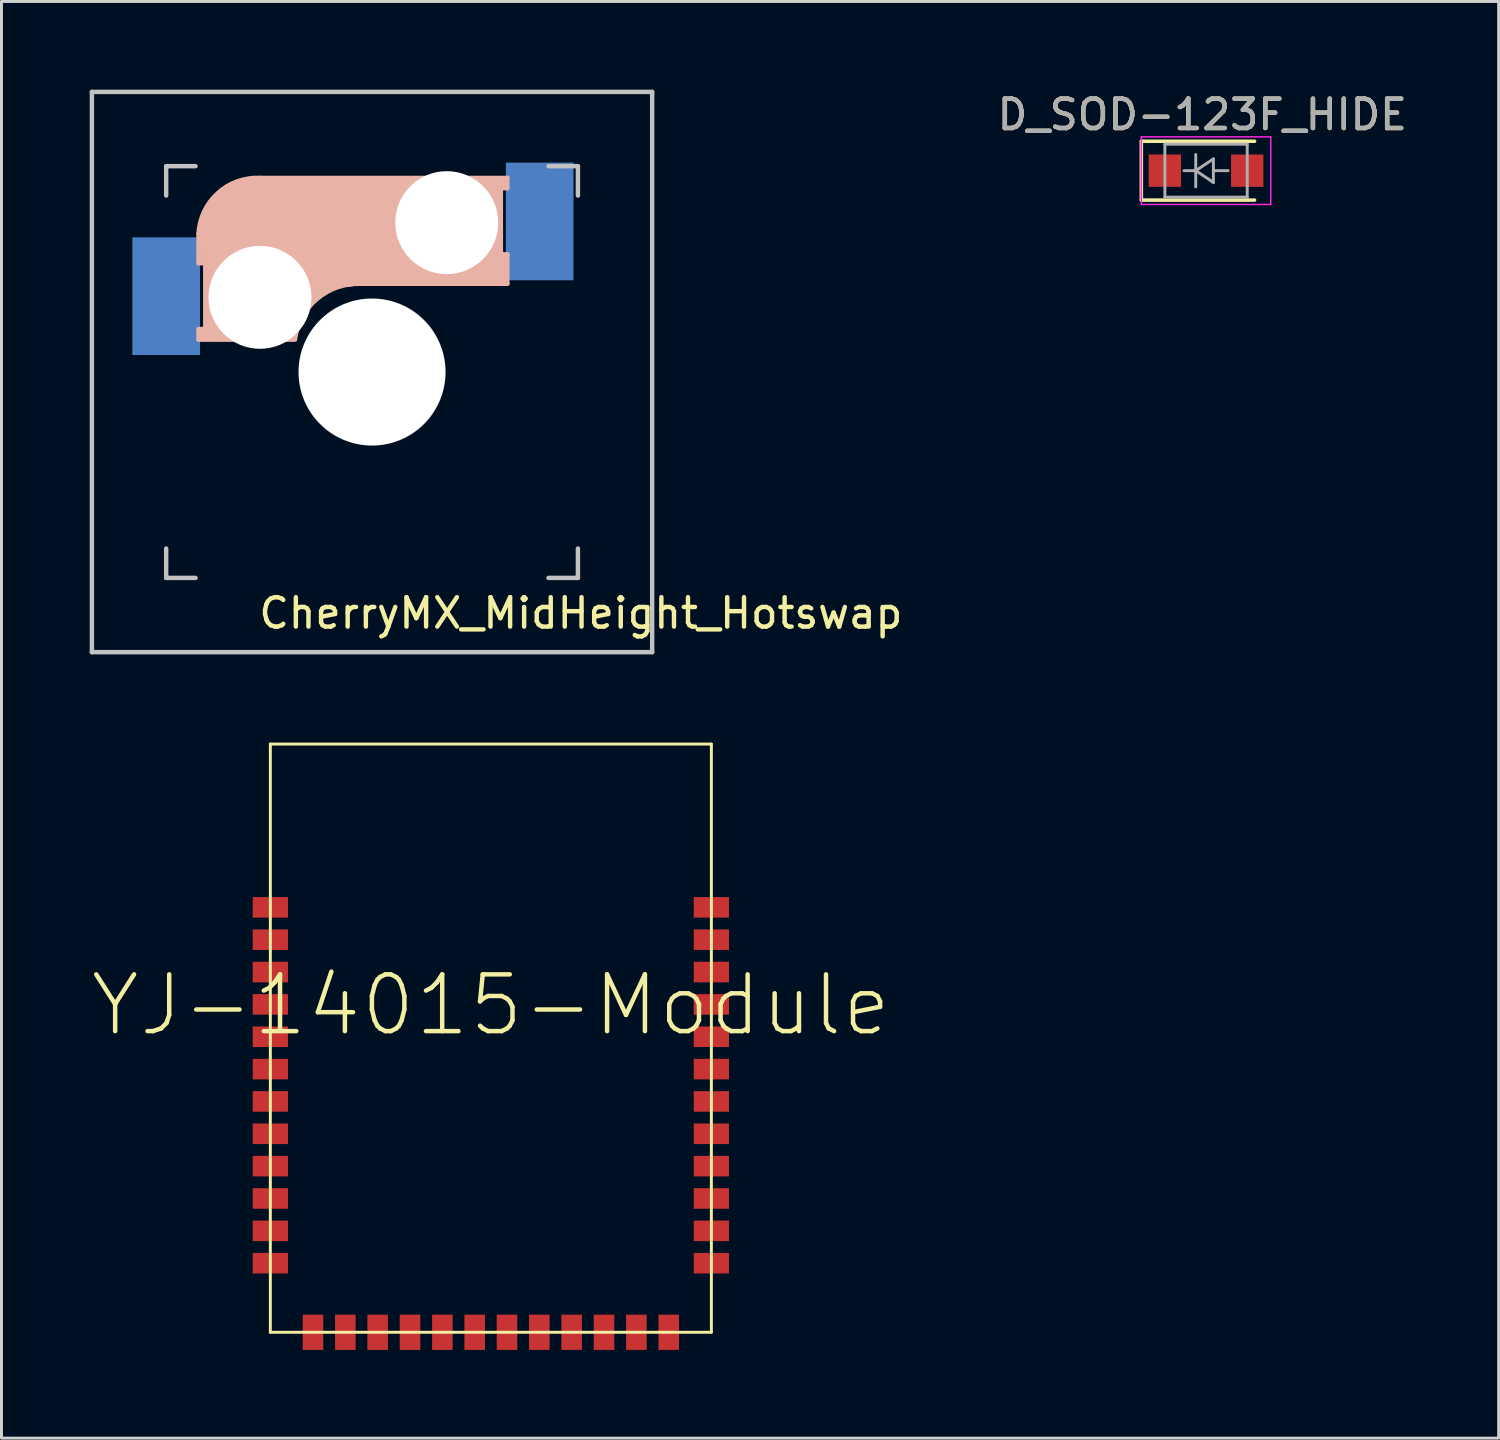
<source format=kicad_pcb>
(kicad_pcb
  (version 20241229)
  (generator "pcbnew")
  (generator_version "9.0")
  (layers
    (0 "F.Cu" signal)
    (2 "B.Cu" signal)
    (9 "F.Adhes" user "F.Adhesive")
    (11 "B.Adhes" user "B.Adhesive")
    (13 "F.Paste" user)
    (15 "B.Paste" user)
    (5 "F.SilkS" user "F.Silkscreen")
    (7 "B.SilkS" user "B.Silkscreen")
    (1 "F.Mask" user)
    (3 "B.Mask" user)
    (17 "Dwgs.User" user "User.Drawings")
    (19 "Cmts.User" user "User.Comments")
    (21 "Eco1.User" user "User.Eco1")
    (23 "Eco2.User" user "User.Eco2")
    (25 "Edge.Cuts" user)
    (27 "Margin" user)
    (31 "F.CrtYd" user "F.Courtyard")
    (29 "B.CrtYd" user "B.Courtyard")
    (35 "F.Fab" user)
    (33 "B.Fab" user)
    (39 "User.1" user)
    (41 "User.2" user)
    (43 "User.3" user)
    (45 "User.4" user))
  (footprint "CherryMX_MidHeight_Hotswap"
    (layer "F.Cu")
    (at 9.6 9.6)
    (property "Reference" "CherryMX_MidHeight_Hotswap" (at 7.1 8.2 0) (layer "F.SilkS") (effects (font (size 1 1) (thickness 0.15))))
    (attr through_hole)
    (fp_line (start -5.9 -4.7) (end -5.9 -3.7) (stroke (width 0.15) (type solid)) (layer "B.SilkS"))
    (fp_line (start -5.9 -3.7) (end -5.7 -3.7) (stroke (width 0.15) (type solid)) (layer "B.SilkS"))
    (fp_line (start -5.9 -1.1) (end -5.9 -1.46) (stroke (width 0.15) (type solid)) (layer "B.SilkS"))
    (fp_line (start -5.9 -1.1) (end -2.62 -1.1) (stroke (width 0.15) (type solid)) (layer "B.SilkS"))
    (fp_line (start -5.8 -3.8) (end -5.8 -4.7) (stroke (width 0.3) (type solid)) (layer "B.SilkS"))
    (fp_line (start -5.7 -1.46) (end -5.9 -1.46) (stroke (width 0.15) (type solid)) (layer "B.SilkS"))
    (fp_line (start -5.7 -1.3) (end -3 -1.3) (stroke (width 0.5) (type solid)) (layer "B.SilkS"))
    (fp_line (start -5.67 -3.7) (end -5.67 -1.46) (stroke (width 0.15) (type solid)) (layer "B.SilkS"))
    (fp_line (start -5.3 -1.6) (end -5.3 -3.4) (stroke (width 0.8) (type solid)) (layer "B.SilkS"))
    (fp_line (start -4.17 -5.1) (end -4.17 -2.86) (stroke (width 3) (type solid)) (layer "B.SilkS"))
    (fp_line (start -0.4 -3) (end 4.6 -3) (stroke (width 0.15) (type solid)) (layer "B.SilkS"))
    (fp_line (start 2.6 -4.8) (end -4.1 -4.8) (stroke (width 3.5) (type solid)) (layer "B.SilkS"))
    (fp_line (start 3.9 -6) (end 3.9 -3.5) (stroke (width 1) (type solid)) (layer "B.SilkS"))
    (fp_line (start 4.3 -3.3) (end 2.9 -3.3) (stroke (width 0.5) (type solid)) (layer "B.SilkS"))
    (fp_line (start 4.38 -4) (end 4.38 -6.25) (stroke (width 0.15) (type solid)) (layer "B.SilkS"))
    (fp_line (start 4.4 -6.4) (end 3 -6.4) (stroke (width 0.4) (type solid)) (layer "B.SilkS"))
    (fp_line (start 4.4 -6.25) (end 4.6 -6.25) (stroke (width 0.15) (type solid)) (layer "B.SilkS"))
    (fp_line (start 4.4 -3.9) (end 4.4 -3.2) (stroke (width 0.4) (type solid)) (layer "B.SilkS"))
    (fp_line (start 4.6 -6.6) (end -3.8 -6.6) (stroke (width 0.15) (type solid)) (layer "B.SilkS"))
    (fp_line (start 4.6 -6.25) (end 4.6 -6.6) (stroke (width 0.15) (type solid)) (layer "B.SilkS"))
    (fp_line (start 4.6 -4) (end 4.4 -4) (stroke (width 0.15) (type solid)) (layer "B.SilkS"))
    (fp_line (start 4.6 -3) (end 4.6 -4) (stroke (width 0.15) (type solid)) (layer "B.SilkS"))
    (fp_arc (start -5.9 -4.699999) (mid -5.243504 -6.084924) (end -3.800001 -6.6) (stroke (width 0.15) (type solid)) (layer "B.SilkS"))
    (fp_arc (start -3.016318 -1.521471) (mid -2.268709 -2.886118) (end -0.8 -3.4) (stroke (width 1) (type solid)) (layer "B.SilkS"))
    (fp_arc (start -2.616318 -1.121471) (mid -1.868709 -2.486118) (end -0.4 -3) (stroke (width 0.15) (type solid)) (layer "B.SilkS"))
    (fp_line (start -9.525 -9.525) (end 9.525 -9.525) (stroke (width 0.15) (type solid)) (layer "Dwgs.User"))
    (fp_line (start -9.525 9.525) (end -9.525 -9.525) (stroke (width 0.15) (type solid)) (layer "Dwgs.User"))
    (fp_line (start -7 -7) (end -6 -7) (stroke (width 0.15) (type solid)) (layer "Dwgs.User"))
    (fp_line (start -7 -6) (end -7 -7) (stroke (width 0.15) (type solid)) (layer "Dwgs.User"))
    (fp_line (start -7 6) (end -7 7) (stroke (width 0.15) (type solid)) (layer "Dwgs.User"))
    (fp_line (start -7 7) (end -6 7) (stroke (width 0.15) (type solid)) (layer "Dwgs.User"))
    (fp_line (start 6 7) (end 7 7) (stroke (width 0.15) (type solid)) (layer "Dwgs.User"))
    (fp_line (start 7 -7) (end 6 -7) (stroke (width 0.15) (type solid)) (layer "Dwgs.User"))
    (fp_line (start 7 -7) (end 7 -6) (stroke (width 0.15) (type solid)) (layer "Dwgs.User"))
    (fp_line (start 7 7) (end 7 6) (stroke (width 0.15) (type solid)) (layer "Dwgs.User"))
    (fp_line (start 9.525 -9.525) (end 9.525 9.525) (stroke (width 0.15) (type solid)) (layer "Dwgs.User"))
    (fp_line (start 9.525 9.525) (end -9.525 9.525) (stroke (width 0.15) (type solid)) (layer "Dwgs.User"))
    (pad "" np_thru_hole circle (at -3.81 -2.54 180) (size 3.5 3.5) (drill 3.5) (layers "*.Cu" "*.Mask"))
    (pad "" np_thru_hole circle (at 0 0 90) (size 5 5) (drill 5) (layers "*.Cu" "*.Mask"))
    (pad "" np_thru_hole circle (at 2.54 -5.08 180) (size 3.5 3.5) (drill 3.5) (layers "*.Cu" "*.Mask"))
    (pad "1" smd rect (at -7 -2.58 180) (size 2.3 4) (layers "B.Cu" "B.Mask" "B.Paste"))
    (pad "2" smd rect (at 5.7 -5.12 180) (size 2.3 4) (layers "B.Cu" "B.Mask" "B.Paste")))
  (footprint "D_SOD-123F_HIDE"
    (layer "F.Cu")
    (at 37.958 2.753)
    (property "Reference" "D_SOD-123F_HIDE" (at -0.127 -1.905 0) (layer "F.SilkS") (effects (font (size 1 1) (thickness 0.15))))
    (attr smd)
    (fp_line (start -2.2 -1) (end -2.2 1) (stroke (width 0.12) (type solid)) (layer "F.SilkS"))
    (fp_line (start -2.2 -1) (end 1.65 -1) (stroke (width 0.12) (type solid)) (layer "F.SilkS"))
    (fp_line (start -2.2 1) (end 1.65 1) (stroke (width 0.12) (type solid)) (layer "F.SilkS"))
    (fp_line (start -2.2 -1.15) (end -2.2 1.15) (stroke (width 0.05) (type solid)) (layer "F.CrtYd"))
    (fp_line (start -2.2 -1.15) (end 2.2 -1.15) (stroke (width 0.05) (type solid)) (layer "F.CrtYd"))
    (fp_line (start 2.2 -1.15) (end 2.2 1.15) (stroke (width 0.05) (type solid)) (layer "F.CrtYd"))
    (fp_line (start 2.2 1.15) (end -2.2 1.15) (stroke (width 0.05) (type solid)) (layer "F.CrtYd"))
    (fp_line (start -1.4 -0.9) (end 1.4 -0.9) (stroke (width 0.1) (type solid)) (layer "F.Fab"))
    (fp_line (start -1.4 0.9) (end -1.4 -0.9) (stroke (width 0.1) (type solid)) (layer "F.Fab"))
    (fp_line (start -0.75 0) (end -0.35 0) (stroke (width 0.1) (type solid)) (layer "F.Fab"))
    (fp_line (start -0.35 0) (end -0.35 -0.55) (stroke (width 0.1) (type solid)) (layer "F.Fab"))
    (fp_line (start -0.35 0) (end -0.35 0.55) (stroke (width 0.1) (type solid)) (layer "F.Fab"))
    (fp_line (start -0.35 0) (end 0.25 -0.4) (stroke (width 0.1) (type solid)) (layer "F.Fab"))
    (fp_line (start 0.25 -0.4) (end 0.25 0.4) (stroke (width 0.1) (type solid)) (layer "F.Fab"))
    (fp_line (start 0.25 0) (end 0.75 0) (stroke (width 0.1) (type solid)) (layer "F.Fab"))
    (fp_line (start 0.25 0.4) (end -0.35 0) (stroke (width 0.1) (type solid)) (layer "F.Fab"))
    (fp_line (start 1.4 -0.9) (end 1.4 0.9) (stroke (width 0.1) (type solid)) (layer "F.Fab"))
    (fp_line (start 1.4 0.9) (end -1.4 0.9) (stroke (width 0.1) (type solid)) (layer "F.Fab"))
    (fp_text user "${REFERENCE}" (at -0.127 -1.905 0) (layer "F.Fab") (effects (font (size 1 1) (thickness 0.15))))
    (pad "1" smd rect (at -1.4 0) (size 1.1 1.1) (layers "F.Cu" "F.Mask" "F.Paste"))
    (pad "2" smd rect (at 1.4 0) (size 1.1 1.1) (layers "F.Cu" "F.Mask" "F.Paste")))
  (footprint "YJ-14015-Module"
    (layer "F.Cu")
    (at 13.64 42.25)
    (property "Reference" "YJ-14015-Module" (at 0 -11.125 0) (layer "F.SilkS") (effects (font (size 1.93 1.93) (thickness 0.152))))
    (attr smd)
    (fp_line (start -7.498 -20) (end -7.498 0) (stroke (width 0.1) (type solid)) (layer "F.SilkS"))
    (fp_line (start -7.498 0) (end 7.498 0) (stroke (width 0.1) (type solid)) (layer "F.SilkS"))
    (fp_line (start 7.498 -20) (end -7.498 -20) (stroke (width 0.1) (type solid)) (layer "F.SilkS"))
    (fp_line (start 7.498 0) (end 7.498 -20) (stroke (width 0.1) (type solid)) (layer "F.SilkS"))
    (pad "1" smd rect (at -7.498 -14.448 90) (size 0.699 1.199) (layers "F.Cu" "F.Mask" "F.Paste"))
    (pad "2" smd rect (at -7.498 -13.348 90) (size 0.699 1.199) (layers "F.Cu" "F.Mask" "F.Paste"))
    (pad "3" smd rect (at -7.498 -12.248 90) (size 0.699 1.199) (layers "F.Cu" "F.Mask" "F.Paste"))
    (pad "4" smd rect (at -7.498 -11.148 90) (size 0.699 1.199) (layers "F.Cu" "F.Mask" "F.Paste"))
    (pad "5" smd rect (at -7.498 -10.048 90) (size 0.699 1.199) (layers "F.Cu" "F.Mask" "F.Paste"))
    (pad "6" smd rect (at -7.498 -8.948 90) (size 0.699 1.199) (layers "F.Cu" "F.Mask" "F.Paste"))
    (pad "7" smd rect (at -7.498 -7.849 90) (size 0.699 1.199) (layers "F.Cu" "F.Mask" "F.Paste"))
    (pad "8" smd rect (at -7.498 -6.749 90) (size 0.699 1.199) (layers "F.Cu" "F.Mask" "F.Paste"))
    (pad "9" smd rect (at -7.498 -5.649 90) (size 0.699 1.199) (layers "F.Cu" "F.Mask" "F.Paste"))
    (pad "10" smd rect (at -7.498 -4.549 90) (size 0.699 1.199) (layers "F.Cu" "F.Mask" "F.Paste"))
    (pad "11" smd rect (at -7.498 -3.449 90) (size 0.699 1.199) (layers "F.Cu" "F.Mask" "F.Paste"))
    (pad "12" smd rect (at -7.498 -2.349 90) (size 0.699 1.199) (layers "F.Cu" "F.Mask" "F.Paste"))
    (pad "13" smd rect (at -6.048 0 90) (size 1.199 0.699) (layers "F.Cu" "F.Mask" "F.Paste"))
    (pad "14" smd rect (at -4.948 0 90) (size 1.199 0.699) (layers "F.Cu" "F.Mask" "F.Paste"))
    (pad "15" smd rect (at -3.848 0 90) (size 1.199 0.699) (layers "F.Cu" "F.Mask" "F.Paste"))
    (pad "16" smd rect (at -2.748 0 90) (size 1.199 0.699) (layers "F.Cu" "F.Mask" "F.Paste"))
    (pad "17" smd rect (at -1.648 0 90) (size 1.199 0.699) (layers "F.Cu" "F.Mask" "F.Paste"))
    (pad "18" smd rect (at -0.549 0 90) (size 1.199 0.699) (layers "F.Cu" "F.Mask" "F.Paste"))
    (pad "19" smd rect (at 0.549 0 90) (size 1.199 0.699) (layers "F.Cu" "F.Mask" "F.Paste"))
    (pad "20" smd rect (at 1.648 0 90) (size 1.199 0.699) (layers "F.Cu" "F.Mask" "F.Paste"))
    (pad "21" smd rect (at 2.748 0 90) (size 1.199 0.699) (layers "F.Cu" "F.Mask" "F.Paste"))
    (pad "22" smd rect (at 3.848 0 90) (size 1.199 0.699) (layers "F.Cu" "F.Mask" "F.Paste"))
    (pad "23" smd rect (at 4.948 0 90) (size 1.199 0.699) (layers "F.Cu" "F.Mask" "F.Paste"))
    (pad "24" smd rect (at 6.048 0 90) (size 1.199 0.699) (layers "F.Cu" "F.Mask" "F.Paste"))
    (pad "25" smd rect (at 7.498 -2.349 90) (size 0.699 1.199) (layers "F.Cu" "F.Mask" "F.Paste"))
    (pad "26" smd rect (at 7.498 -3.449 90) (size 0.699 1.199) (layers "F.Cu" "F.Mask" "F.Paste"))
    (pad "27" smd rect (at 7.498 -4.549 90) (size 0.699 1.199) (layers "F.Cu" "F.Mask" "F.Paste"))
    (pad "28" smd rect (at 7.498 -5.649 90) (size 0.699 1.199) (layers "F.Cu" "F.Mask" "F.Paste"))
    (pad "29" smd rect (at 7.498 -6.749 90) (size 0.699 1.199) (layers "F.Cu" "F.Mask" "F.Paste"))
    (pad "30" smd rect (at 7.498 -7.849 90) (size 0.699 1.199) (layers "F.Cu" "F.Mask" "F.Paste"))
    (pad "31" smd rect (at 7.498 -8.948 90) (size 0.699 1.199) (layers "F.Cu" "F.Mask" "F.Paste"))
    (pad "32" smd rect (at 7.498 -10.048 90) (size 0.699 1.199) (layers "F.Cu" "F.Mask" "F.Paste"))
    (pad "33" smd rect (at 7.498 -11.148 90) (size 0.699 1.199) (layers "F.Cu" "F.Mask" "F.Paste"))
    (pad "34" smd rect (at 7.498 -12.248 90) (size 0.699 1.199) (layers "F.Cu" "F.Mask" "F.Paste"))
    (pad "35" smd rect (at 7.498 -13.348 90) (size 0.699 1.199) (layers "F.Cu" "F.Mask" "F.Paste"))
    (pad "36" smd rect (at 7.498 -14.448 90) (size 0.699 1.199) (layers "F.Cu" "F.Mask" "F.Paste")))
  (gr_rect
    (start -3 -3)
    (end 47.908 45.849)
    (stroke (width 0.1) (type default))
    (fill no)
    (layer "Edge.Cuts")))
</source>
